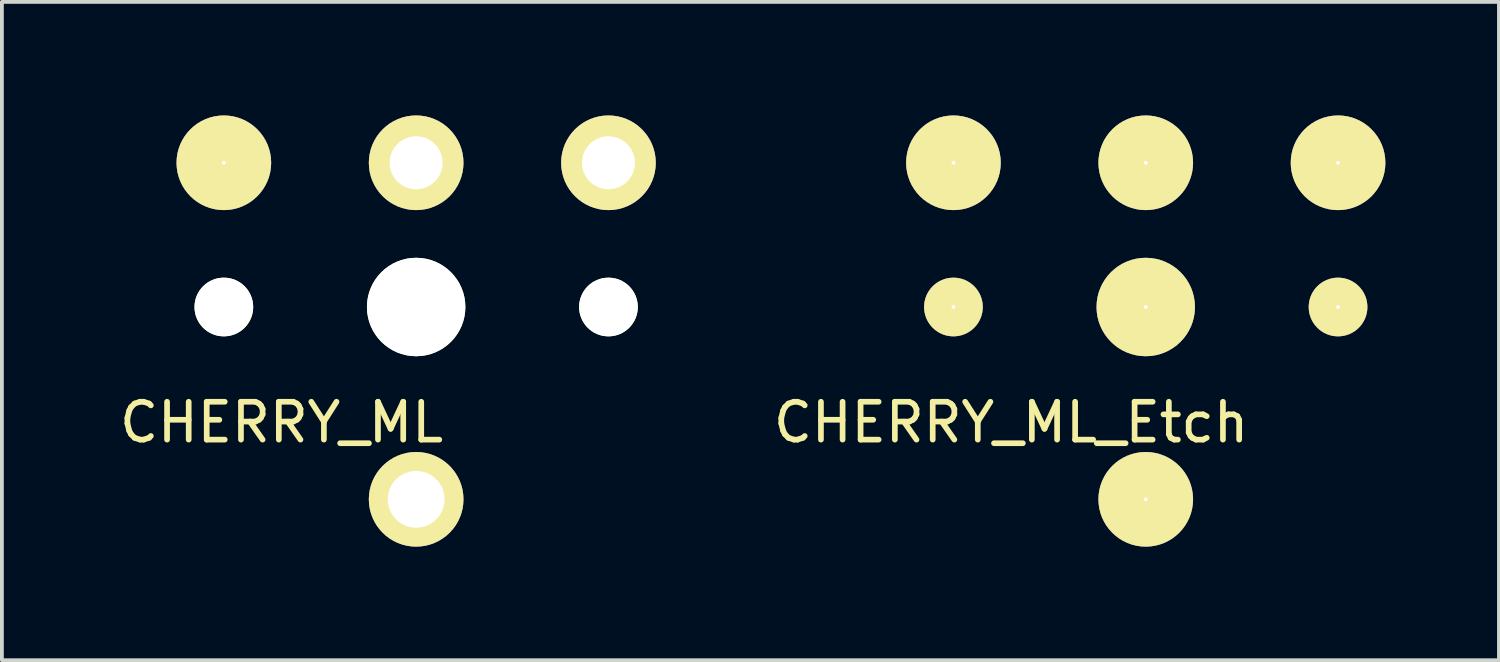
<source format=kicad_pcb>
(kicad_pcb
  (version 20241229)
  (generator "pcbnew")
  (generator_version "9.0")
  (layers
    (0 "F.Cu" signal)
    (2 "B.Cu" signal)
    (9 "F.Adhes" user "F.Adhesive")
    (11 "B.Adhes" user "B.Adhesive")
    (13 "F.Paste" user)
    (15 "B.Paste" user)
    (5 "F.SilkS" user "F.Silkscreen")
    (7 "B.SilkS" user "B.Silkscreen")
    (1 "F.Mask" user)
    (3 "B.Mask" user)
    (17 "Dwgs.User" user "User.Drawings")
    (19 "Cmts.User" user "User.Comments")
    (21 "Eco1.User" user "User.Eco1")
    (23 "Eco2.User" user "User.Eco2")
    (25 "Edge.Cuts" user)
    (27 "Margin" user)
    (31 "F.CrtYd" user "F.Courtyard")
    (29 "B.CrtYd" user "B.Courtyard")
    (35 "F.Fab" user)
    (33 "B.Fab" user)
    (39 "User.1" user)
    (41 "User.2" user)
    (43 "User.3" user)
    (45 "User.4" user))
  (footprint "CHERRY_ML_Etch"
    (layer "F.Cu")
    (at 27.216 5.06)
    (property "Reference" "CHERRY_ML_Etch" (at -3.556 3.048 0) (layer "F.SilkS") (effects (font (size 1 1) (thickness 0.15))))
    (attr through_hole)
    (pad "" thru_hole circle (at -5.08 0) (size 1.55 1.55) (drill 0.1) (layers "*.Cu" "*.Mask" "F.SilkS"))
    (pad "" thru_hole circle (at 0 0) (size 2.6 2.6) (drill 0.1) (layers "*.Cu" "*.Mask" "F.SilkS"))
    (pad "" thru_hole circle (at 5.08 0) (size 1.55 1.55) (drill 0.1) (layers "*.Cu" "*.Mask" "F.SilkS"))
    (pad "1" thru_hole circle (at 0 -3.81) (size 2.5 2.5) (drill 0.1) (layers "*.Cu" "*.Mask" "F.SilkS"))
    (pad "2" thru_hole circle (at 0 5.08) (size 2.5 2.5) (drill 0.1) (layers "*.Cu" "*.Mask" "F.SilkS"))
    (pad "3" thru_hole circle (at -5.08 -3.81) (size 2.5 2.5) (drill 0.1) (layers "*.Cu" "*.Mask" "F.SilkS"))
    (pad "4" thru_hole circle (at 5.08 -3.81) (size 2.5 2.5) (drill 0.1) (layers "*.Cu" "*.Mask" "F.SilkS")))
  (footprint "CHERRY_ML"
    (layer "F.Cu")
    (at 7.943 5.06)
    (property "Reference" "CHERRY_ML" (at -3.556 3.048 0) (layer "F.SilkS") (effects (font (size 1 1) (thickness 0.15))))
    (attr through_hole)
    (pad "" np_thru_hole circle (at -5.08 0) (size 1.55 1.55) (drill 1.55) (layers "*.Cu" "*.Mask" "F.SilkS"))
    (pad "" np_thru_hole circle (at 0 0) (size 2.6 2.6) (drill 2.6) (layers "*.Cu" "*.Mask" "F.SilkS"))
    (pad "" np_thru_hole circle (at 5.08 0) (size 1.55 1.55) (drill 1.55) (layers "*.Cu" "*.Mask" "F.SilkS"))
    (pad "1" thru_hole circle (at 0 -3.81) (size 2.5 2.5) (drill 1.4) (layers "*.Cu" "*.Mask" "F.SilkS"))
    (pad "2" thru_hole circle (at 0 5.08) (size 2.5 2.5) (drill 1.5) (layers "*.Cu" "*.Mask" "F.SilkS"))
    (pad "3" thru_hole circle (at -5.08 -3.81) (size 2.5 2.5) (drill 0.1) (layers "*.Cu" "*.Mask" "F.SilkS"))
    (pad "4" thru_hole circle (at 5.08 -3.81) (size 2.5 2.5) (drill 1.4) (layers "*.Cu" "*.Mask" "F.SilkS")))
  (gr_rect
    (start -3 -3)
    (end 36.546 14.39)
    (stroke (width 0.1) (type default))
    (fill no)
    (layer "Edge.Cuts")))
</source>
